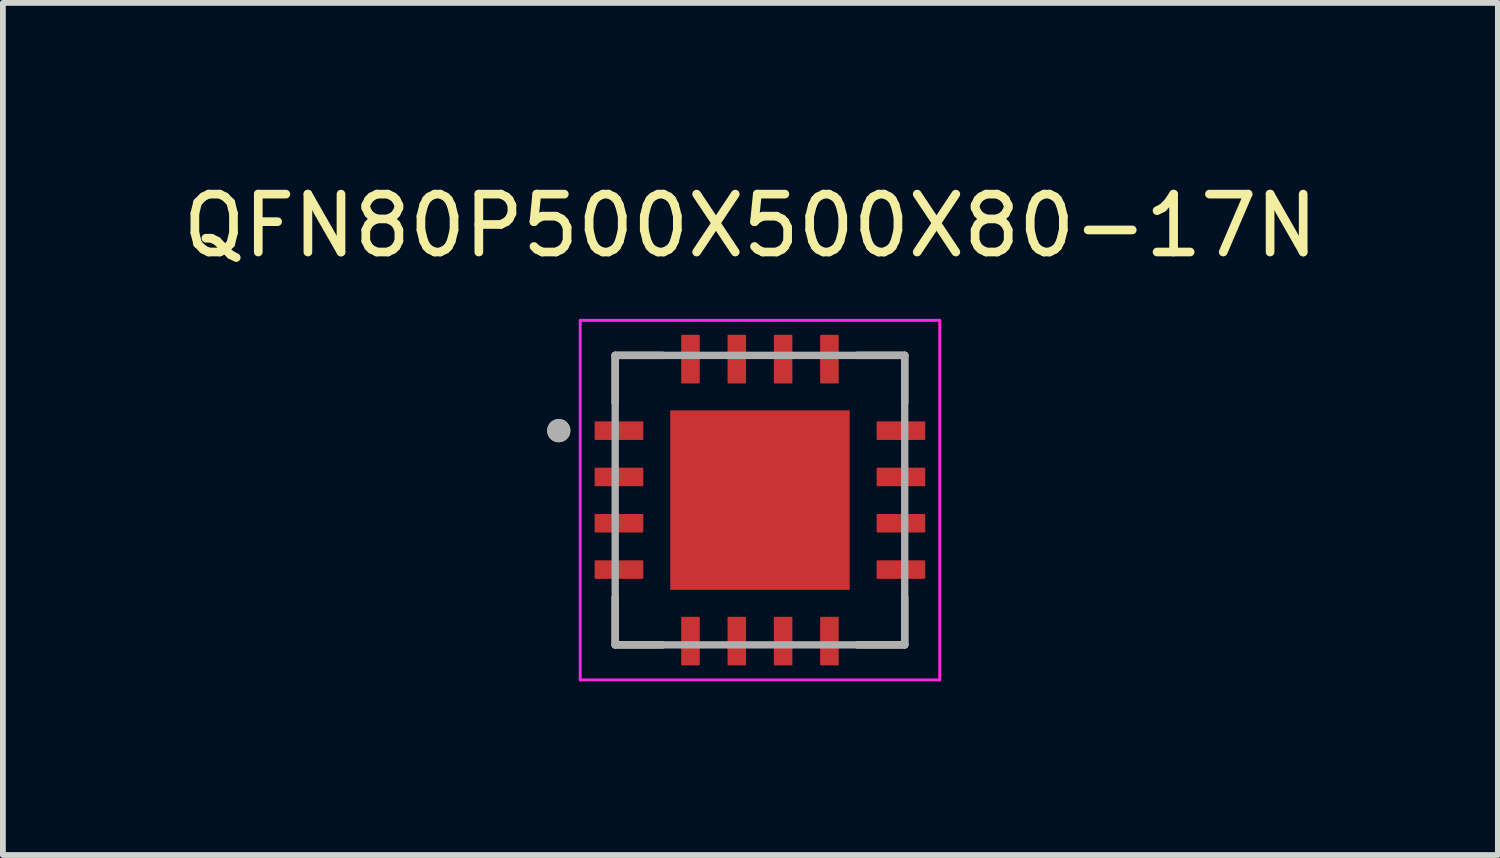
<source format=kicad_pcb>
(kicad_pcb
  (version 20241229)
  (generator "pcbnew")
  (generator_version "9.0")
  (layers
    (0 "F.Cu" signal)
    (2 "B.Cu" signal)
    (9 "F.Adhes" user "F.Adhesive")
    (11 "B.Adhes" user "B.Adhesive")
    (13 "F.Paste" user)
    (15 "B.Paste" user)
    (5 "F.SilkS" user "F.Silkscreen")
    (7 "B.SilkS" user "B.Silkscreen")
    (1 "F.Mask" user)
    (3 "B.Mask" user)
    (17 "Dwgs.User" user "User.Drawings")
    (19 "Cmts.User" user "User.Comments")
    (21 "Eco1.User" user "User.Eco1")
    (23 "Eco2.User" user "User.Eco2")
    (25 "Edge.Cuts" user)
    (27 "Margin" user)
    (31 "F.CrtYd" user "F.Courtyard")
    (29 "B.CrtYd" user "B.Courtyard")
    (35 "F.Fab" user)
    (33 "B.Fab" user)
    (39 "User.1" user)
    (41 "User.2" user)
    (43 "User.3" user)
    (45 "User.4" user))
  (footprint "QFN80P500X500X80-17N"
    (layer "F.Cu")
    (at 10.076 5.588)
    (property "Reference" "QFN80P500X500X80-17N" (at -0.165 -4.74 0) (layer "F.SilkS") (effects (font (size 1 1) (thickness 0.15))))
    (attr through_hole)
    (fp_line (start -2.5 -2.5) (end -2.5 -1.68) (stroke (width 0.127) (type solid)) (layer "F.SilkS"))
    (fp_line (start -2.5 -2.5) (end -1.68 -2.5) (stroke (width 0.127) (type solid)) (layer "F.SilkS"))
    (fp_line (start -2.5 2.5) (end -2.5 1.68) (stroke (width 0.127) (type solid)) (layer "F.SilkS"))
    (fp_line (start -2.5 2.5) (end -1.68 2.5) (stroke (width 0.127) (type solid)) (layer "F.SilkS"))
    (fp_line (start 2.5 -2.5) (end 1.68 -2.5) (stroke (width 0.127) (type solid)) (layer "F.SilkS"))
    (fp_line (start 2.5 -2.5) (end 2.5 -1.68) (stroke (width 0.127) (type solid)) (layer "F.SilkS"))
    (fp_line (start 2.5 2.5) (end 1.68 2.5) (stroke (width 0.127) (type solid)) (layer "F.SilkS"))
    (fp_line (start 2.5 2.5) (end 2.5 1.68) (stroke (width 0.127) (type solid)) (layer "F.SilkS"))
    (fp_circle (center -3.475 -1.2) (end -3.375 -1.2) (stroke (width 0.2) (type solid)) (fill no) (layer "F.SilkS"))
    (fp_poly (pts (xy -0.98 -0.98) (xy 0.98 -0.98) (xy 0.98 0.98) (xy -0.98 0.98)) (stroke (width 0.01) (type solid)) (fill yes) (layer "F.Paste"))
    (fp_line (start -3.105 -3.105) (end 3.105 -3.105) (stroke (width 0.05) (type solid)) (layer "F.CrtYd"))
    (fp_line (start -3.105 3.105) (end -3.105 -3.105) (stroke (width 0.05) (type solid)) (layer "F.CrtYd"))
    (fp_line (start -3.105 3.105) (end 3.105 3.105) (stroke (width 0.05) (type solid)) (layer "F.CrtYd"))
    (fp_line (start 3.105 3.105) (end 3.105 -3.105) (stroke (width 0.05) (type solid)) (layer "F.CrtYd"))
    (fp_line (start -2.5 2.5) (end -2.5 -2.5) (stroke (width 0.127) (type solid)) (layer "F.Fab"))
    (fp_line (start 2.5 -2.5) (end -2.5 -2.5) (stroke (width 0.127) (type solid)) (layer "F.Fab"))
    (fp_line (start 2.5 2.5) (end -2.5 2.5) (stroke (width 0.127) (type solid)) (layer "F.Fab"))
    (fp_line (start 2.5 2.5) (end 2.5 -2.5) (stroke (width 0.127) (type solid)) (layer "F.Fab"))
    (fp_circle (center -3.475 -1.2) (end -3.375 -1.2) (stroke (width 0.2) (type solid)) (fill no) (layer "F.Fab"))
    (pad "1" smd roundrect (at -2.435 -1.2) (size 0.84 0.32) (layers "F.Cu" "F.Mask" "F.Paste") (roundrect_rratio 0.04))
    (pad "2" smd roundrect (at -2.435 -0.4) (size 0.84 0.32) (layers "F.Cu" "F.Mask" "F.Paste") (roundrect_rratio 0.04))
    (pad "3" smd roundrect (at -2.435 0.4) (size 0.84 0.32) (layers "F.Cu" "F.Mask" "F.Paste") (roundrect_rratio 0.04))
    (pad "4" smd roundrect (at -2.435 1.2) (size 0.84 0.32) (layers "F.Cu" "F.Mask" "F.Paste") (roundrect_rratio 0.04))
    (pad "5" smd roundrect (at -1.2 2.435 90) (size 0.84 0.32) (layers "F.Cu" "F.Mask" "F.Paste") (roundrect_rratio 0.04))
    (pad "6" smd roundrect (at -0.4 2.435 90) (size 0.84 0.32) (layers "F.Cu" "F.Mask" "F.Paste") (roundrect_rratio 0.04))
    (pad "7" smd roundrect (at 0.4 2.435 90) (size 0.84 0.32) (layers "F.Cu" "F.Mask" "F.Paste") (roundrect_rratio 0.04))
    (pad "8" smd roundrect (at 1.2 2.435 90) (size 0.84 0.32) (layers "F.Cu" "F.Mask" "F.Paste") (roundrect_rratio 0.04))
    (pad "9" smd roundrect (at 2.435 1.2) (size 0.84 0.32) (layers "F.Cu" "F.Mask" "F.Paste") (roundrect_rratio 0.04))
    (pad "10" smd roundrect (at 2.435 0.4) (size 0.84 0.32) (layers "F.Cu" "F.Mask" "F.Paste") (roundrect_rratio 0.04))
    (pad "11" smd roundrect (at 2.435 -0.4) (size 0.84 0.32) (layers "F.Cu" "F.Mask" "F.Paste") (roundrect_rratio 0.04))
    (pad "12" smd roundrect (at 2.435 -1.2) (size 0.84 0.32) (layers "F.Cu" "F.Mask" "F.Paste") (roundrect_rratio 0.04))
    (pad "13" smd roundrect (at 1.2 -2.435 90) (size 0.84 0.32) (layers "F.Cu" "F.Mask" "F.Paste") (roundrect_rratio 0.04))
    (pad "14" smd roundrect (at 0.4 -2.435 90) (size 0.84 0.32) (layers "F.Cu" "F.Mask" "F.Paste") (roundrect_rratio 0.04))
    (pad "15" smd roundrect (at -0.4 -2.435 90) (size 0.84 0.32) (layers "F.Cu" "F.Mask" "F.Paste") (roundrect_rratio 0.04))
    (pad "16" smd roundrect (at -1.2 -2.435 90) (size 0.84 0.32) (layers "F.Cu" "F.Mask" "F.Paste") (roundrect_rratio 0.04))
    (pad "17" smd rect (at 0 0) (size 3.1 3.1) (layers "F.Cu" "F.Mask")))
  (gr_rect
    (start -3 -3)
    (end 22.821 11.718)
    (stroke (width 0.1) (type default))
    (fill no)
    (layer "Edge.Cuts")))
</source>
